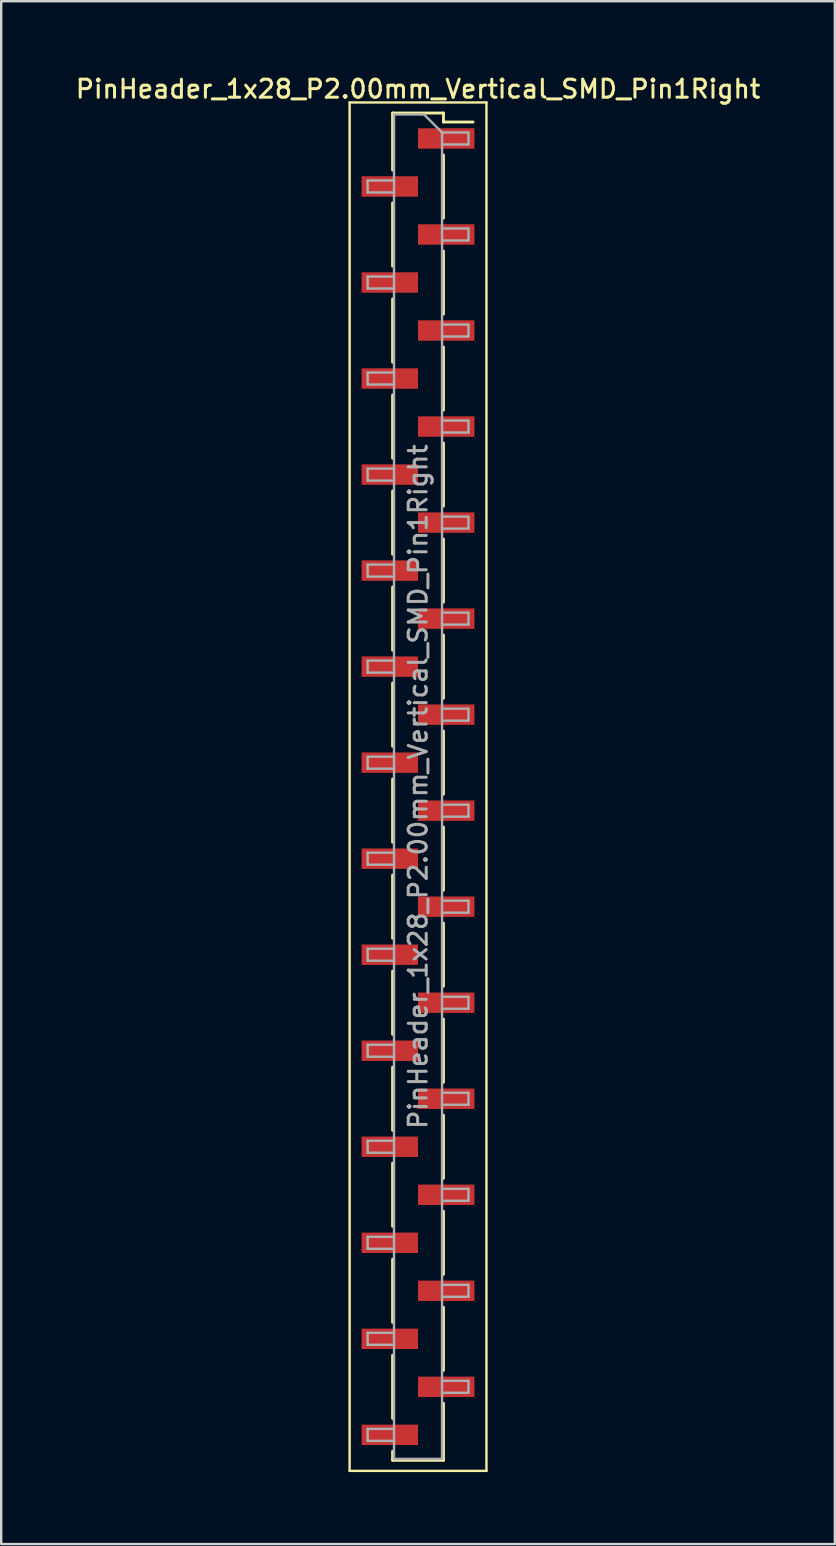
<source format=kicad_pcb>
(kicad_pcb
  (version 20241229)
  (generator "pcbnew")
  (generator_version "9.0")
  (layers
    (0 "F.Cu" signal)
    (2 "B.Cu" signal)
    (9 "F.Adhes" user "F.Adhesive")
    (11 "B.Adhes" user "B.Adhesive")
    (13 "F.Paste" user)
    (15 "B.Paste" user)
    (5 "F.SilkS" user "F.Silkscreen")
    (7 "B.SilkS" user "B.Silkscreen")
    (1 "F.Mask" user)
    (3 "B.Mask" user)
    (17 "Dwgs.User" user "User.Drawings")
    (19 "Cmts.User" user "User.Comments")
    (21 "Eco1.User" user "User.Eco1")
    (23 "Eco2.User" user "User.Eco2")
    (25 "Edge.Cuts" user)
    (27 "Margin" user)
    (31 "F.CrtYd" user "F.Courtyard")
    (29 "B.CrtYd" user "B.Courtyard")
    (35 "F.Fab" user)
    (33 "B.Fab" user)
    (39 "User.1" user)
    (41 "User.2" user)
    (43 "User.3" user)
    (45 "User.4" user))
  (footprint "PinHeader_1x28_P2.00mm_Vertical_SMD_Pin1Right"
    (layer "F.Cu")
    (at 14.363 29.718)
    (property "Reference" "PinHeader_1x28_P2.00mm_Vertical_SMD_Pin1Right" (at 0 -29.06 0) (layer "F.SilkS") (effects (font (size 0.75 0.75) (thickness 0.125))))
    (attr smd)
    (fp_line (start -2.85 -28.5) (end -2.85 28.5) (stroke (width 0.1) (type solid)) (layer "F.SilkS"))
    (fp_line (start -2.85 28.5) (end 2.85 28.5) (stroke (width 0.1) (type solid)) (layer "F.SilkS"))
    (fp_line (start -1.06 -28.06) (end -1.06 -25.685) (stroke (width 0.12) (type solid)) (layer "F.SilkS"))
    (fp_line (start -1.06 -28.06) (end 1.06 -28.06) (stroke (width 0.12) (type solid)) (layer "F.SilkS"))
    (fp_line (start -1.06 -24.315) (end -1.06 -21.685) (stroke (width 0.12) (type solid)) (layer "F.SilkS"))
    (fp_line (start -1.06 -20.315) (end -1.06 -17.685) (stroke (width 0.12) (type solid)) (layer "F.SilkS"))
    (fp_line (start -1.06 -16.315) (end -1.06 -13.685) (stroke (width 0.12) (type solid)) (layer "F.SilkS"))
    (fp_line (start -1.06 -12.315) (end -1.06 -9.685) (stroke (width 0.12) (type solid)) (layer "F.SilkS"))
    (fp_line (start -1.06 -8.315) (end -1.06 -5.685) (stroke (width 0.12) (type solid)) (layer "F.SilkS"))
    (fp_line (start -1.06 -4.315) (end -1.06 -1.685) (stroke (width 0.12) (type solid)) (layer "F.SilkS"))
    (fp_line (start -1.06 -0.315) (end -1.06 2.315) (stroke (width 0.12) (type solid)) (layer "F.SilkS"))
    (fp_line (start -1.06 3.685) (end -1.06 6.315) (stroke (width 0.12) (type solid)) (layer "F.SilkS"))
    (fp_line (start -1.06 7.685) (end -1.06 10.315) (stroke (width 0.12) (type solid)) (layer "F.SilkS"))
    (fp_line (start -1.06 11.685) (end -1.06 14.315) (stroke (width 0.12) (type solid)) (layer "F.SilkS"))
    (fp_line (start -1.06 15.685) (end -1.06 18.315) (stroke (width 0.12) (type solid)) (layer "F.SilkS"))
    (fp_line (start -1.06 19.685) (end -1.06 22.315) (stroke (width 0.12) (type solid)) (layer "F.SilkS"))
    (fp_line (start -1.06 23.685) (end -1.06 26.315) (stroke (width 0.12) (type solid)) (layer "F.SilkS"))
    (fp_line (start -1.06 27.685) (end -1.06 28.06) (stroke (width 0.12) (type solid)) (layer "F.SilkS"))
    (fp_line (start -1.06 28.06) (end 1.06 28.06) (stroke (width 0.12) (type solid)) (layer "F.SilkS"))
    (fp_line (start 1.06 -28.06) (end 1.06 -27.685) (stroke (width 0.12) (type solid)) (layer "F.SilkS"))
    (fp_line (start 1.06 -27.685) (end 2.29 -27.685) (stroke (width 0.12) (type solid)) (layer "F.SilkS"))
    (fp_line (start 1.06 -26.315) (end 1.06 -23.685) (stroke (width 0.12) (type solid)) (layer "F.SilkS"))
    (fp_line (start 1.06 -22.315) (end 1.06 -19.685) (stroke (width 0.12) (type solid)) (layer "F.SilkS"))
    (fp_line (start 1.06 -18.315) (end 1.06 -15.685) (stroke (width 0.12) (type solid)) (layer "F.SilkS"))
    (fp_line (start 1.06 -14.315) (end 1.06 -11.685) (stroke (width 0.12) (type solid)) (layer "F.SilkS"))
    (fp_line (start 1.06 -10.315) (end 1.06 -7.685) (stroke (width 0.12) (type solid)) (layer "F.SilkS"))
    (fp_line (start 1.06 -6.315) (end 1.06 -3.685) (stroke (width 0.12) (type solid)) (layer "F.SilkS"))
    (fp_line (start 1.06 -2.315) (end 1.06 0.315) (stroke (width 0.12) (type solid)) (layer "F.SilkS"))
    (fp_line (start 1.06 1.685) (end 1.06 4.315) (stroke (width 0.12) (type solid)) (layer "F.SilkS"))
    (fp_line (start 1.06 5.685) (end 1.06 8.315) (stroke (width 0.12) (type solid)) (layer "F.SilkS"))
    (fp_line (start 1.06 9.685) (end 1.06 12.315) (stroke (width 0.12) (type solid)) (layer "F.SilkS"))
    (fp_line (start 1.06 13.685) (end 1.06 16.315) (stroke (width 0.12) (type solid)) (layer "F.SilkS"))
    (fp_line (start 1.06 17.685) (end 1.06 20.315) (stroke (width 0.12) (type solid)) (layer "F.SilkS"))
    (fp_line (start 1.06 21.685) (end 1.06 24.315) (stroke (width 0.12) (type solid)) (layer "F.SilkS"))
    (fp_line (start 1.06 25.685) (end 1.06 28.06) (stroke (width 0.12) (type solid)) (layer "F.SilkS"))
    (fp_line (start 2.85 -28.5) (end -2.85 -28.5) (stroke (width 0.1) (type solid)) (layer "F.SilkS"))
    (fp_line (start 2.85 28.5) (end 2.85 -28.5) (stroke (width 0.1) (type solid)) (layer "F.SilkS"))
    (fp_line (start -2.1 -25.25) (end -2.1 -24.75) (stroke (width 0.1) (type solid)) (layer "F.Fab"))
    (fp_line (start -2.1 -24.75) (end -1 -24.75) (stroke (width 0.1) (type solid)) (layer "F.Fab"))
    (fp_line (start -2.1 -21.25) (end -2.1 -20.75) (stroke (width 0.1) (type solid)) (layer "F.Fab"))
    (fp_line (start -2.1 -20.75) (end -1 -20.75) (stroke (width 0.1) (type solid)) (layer "F.Fab"))
    (fp_line (start -2.1 -17.25) (end -2.1 -16.75) (stroke (width 0.1) (type solid)) (layer "F.Fab"))
    (fp_line (start -2.1 -16.75) (end -1 -16.75) (stroke (width 0.1) (type solid)) (layer "F.Fab"))
    (fp_line (start -2.1 -13.25) (end -2.1 -12.75) (stroke (width 0.1) (type solid)) (layer "F.Fab"))
    (fp_line (start -2.1 -12.75) (end -1 -12.75) (stroke (width 0.1) (type solid)) (layer "F.Fab"))
    (fp_line (start -2.1 -9.25) (end -2.1 -8.75) (stroke (width 0.1) (type solid)) (layer "F.Fab"))
    (fp_line (start -2.1 -8.75) (end -1 -8.75) (stroke (width 0.1) (type solid)) (layer "F.Fab"))
    (fp_line (start -2.1 -5.25) (end -2.1 -4.75) (stroke (width 0.1) (type solid)) (layer "F.Fab"))
    (fp_line (start -2.1 -4.75) (end -1 -4.75) (stroke (width 0.1) (type solid)) (layer "F.Fab"))
    (fp_line (start -2.1 -1.25) (end -2.1 -0.75) (stroke (width 0.1) (type solid)) (layer "F.Fab"))
    (fp_line (start -2.1 -0.75) (end -1 -0.75) (stroke (width 0.1) (type solid)) (layer "F.Fab"))
    (fp_line (start -2.1 2.75) (end -2.1 3.25) (stroke (width 0.1) (type solid)) (layer "F.Fab"))
    (fp_line (start -2.1 3.25) (end -1 3.25) (stroke (width 0.1) (type solid)) (layer "F.Fab"))
    (fp_line (start -2.1 6.75) (end -2.1 7.25) (stroke (width 0.1) (type solid)) (layer "F.Fab"))
    (fp_line (start -2.1 7.25) (end -1 7.25) (stroke (width 0.1) (type solid)) (layer "F.Fab"))
    (fp_line (start -2.1 10.75) (end -2.1 11.25) (stroke (width 0.1) (type solid)) (layer "F.Fab"))
    (fp_line (start -2.1 11.25) (end -1 11.25) (stroke (width 0.1) (type solid)) (layer "F.Fab"))
    (fp_line (start -2.1 14.75) (end -2.1 15.25) (stroke (width 0.1) (type solid)) (layer "F.Fab"))
    (fp_line (start -2.1 15.25) (end -1 15.25) (stroke (width 0.1) (type solid)) (layer "F.Fab"))
    (fp_line (start -2.1 18.75) (end -2.1 19.25) (stroke (width 0.1) (type solid)) (layer "F.Fab"))
    (fp_line (start -2.1 19.25) (end -1 19.25) (stroke (width 0.1) (type solid)) (layer "F.Fab"))
    (fp_line (start -2.1 22.75) (end -2.1 23.25) (stroke (width 0.1) (type solid)) (layer "F.Fab"))
    (fp_line (start -2.1 23.25) (end -1 23.25) (stroke (width 0.1) (type solid)) (layer "F.Fab"))
    (fp_line (start -2.1 26.75) (end -2.1 27.25) (stroke (width 0.1) (type solid)) (layer "F.Fab"))
    (fp_line (start -2.1 27.25) (end -1 27.25) (stroke (width 0.1) (type solid)) (layer "F.Fab"))
    (fp_line (start -1 -28) (end -1 28) (stroke (width 0.1) (type solid)) (layer "F.Fab"))
    (fp_line (start -1 -28) (end 0.25 -28) (stroke (width 0.1) (type solid)) (layer "F.Fab"))
    (fp_line (start -1 -25.25) (end -2.1 -25.25) (stroke (width 0.1) (type solid)) (layer "F.Fab"))
    (fp_line (start -1 -21.25) (end -2.1 -21.25) (stroke (width 0.1) (type solid)) (layer "F.Fab"))
    (fp_line (start -1 -17.25) (end -2.1 -17.25) (stroke (width 0.1) (type solid)) (layer "F.Fab"))
    (fp_line (start -1 -13.25) (end -2.1 -13.25) (stroke (width 0.1) (type solid)) (layer "F.Fab"))
    (fp_line (start -1 -9.25) (end -2.1 -9.25) (stroke (width 0.1) (type solid)) (layer "F.Fab"))
    (fp_line (start -1 -5.25) (end -2.1 -5.25) (stroke (width 0.1) (type solid)) (layer "F.Fab"))
    (fp_line (start -1 -1.25) (end -2.1 -1.25) (stroke (width 0.1) (type solid)) (layer "F.Fab"))
    (fp_line (start -1 2.75) (end -2.1 2.75) (stroke (width 0.1) (type solid)) (layer "F.Fab"))
    (fp_line (start -1 6.75) (end -2.1 6.75) (stroke (width 0.1) (type solid)) (layer "F.Fab"))
    (fp_line (start -1 10.75) (end -2.1 10.75) (stroke (width 0.1) (type solid)) (layer "F.Fab"))
    (fp_line (start -1 14.75) (end -2.1 14.75) (stroke (width 0.1) (type solid)) (layer "F.Fab"))
    (fp_line (start -1 18.75) (end -2.1 18.75) (stroke (width 0.1) (type solid)) (layer "F.Fab"))
    (fp_line (start -1 22.75) (end -2.1 22.75) (stroke (width 0.1) (type solid)) (layer "F.Fab"))
    (fp_line (start -1 26.75) (end -2.1 26.75) (stroke (width 0.1) (type solid)) (layer "F.Fab"))
    (fp_line (start 1 -27.25) (end 0.25 -28) (stroke (width 0.1) (type solid)) (layer "F.Fab"))
    (fp_line (start 1 -27.25) (end 2.1 -27.25) (stroke (width 0.1) (type solid)) (layer "F.Fab"))
    (fp_line (start 1 -23.25) (end 2.1 -23.25) (stroke (width 0.1) (type solid)) (layer "F.Fab"))
    (fp_line (start 1 -19.25) (end 2.1 -19.25) (stroke (width 0.1) (type solid)) (layer "F.Fab"))
    (fp_line (start 1 -15.25) (end 2.1 -15.25) (stroke (width 0.1) (type solid)) (layer "F.Fab"))
    (fp_line (start 1 -11.25) (end 2.1 -11.25) (stroke (width 0.1) (type solid)) (layer "F.Fab"))
    (fp_line (start 1 -7.25) (end 2.1 -7.25) (stroke (width 0.1) (type solid)) (layer "F.Fab"))
    (fp_line (start 1 -3.25) (end 2.1 -3.25) (stroke (width 0.1) (type solid)) (layer "F.Fab"))
    (fp_line (start 1 0.75) (end 2.1 0.75) (stroke (width 0.1) (type solid)) (layer "F.Fab"))
    (fp_line (start 1 4.75) (end 2.1 4.75) (stroke (width 0.1) (type solid)) (layer "F.Fab"))
    (fp_line (start 1 8.75) (end 2.1 8.75) (stroke (width 0.1) (type solid)) (layer "F.Fab"))
    (fp_line (start 1 12.75) (end 2.1 12.75) (stroke (width 0.1) (type solid)) (layer "F.Fab"))
    (fp_line (start 1 16.75) (end 2.1 16.75) (stroke (width 0.1) (type solid)) (layer "F.Fab"))
    (fp_line (start 1 20.75) (end 2.1 20.75) (stroke (width 0.1) (type solid)) (layer "F.Fab"))
    (fp_line (start 1 24.75) (end 2.1 24.75) (stroke (width 0.1) (type solid)) (layer "F.Fab"))
    (fp_line (start 1 28) (end -1 28) (stroke (width 0.1) (type solid)) (layer "F.Fab"))
    (fp_line (start 1 28) (end 1 -27.25) (stroke (width 0.1) (type solid)) (layer "F.Fab"))
    (fp_line (start 2.1 -27.25) (end 2.1 -26.75) (stroke (width 0.1) (type solid)) (layer "F.Fab"))
    (fp_line (start 2.1 -26.75) (end 1 -26.75) (stroke (width 0.1) (type solid)) (layer "F.Fab"))
    (fp_line (start 2.1 -23.25) (end 2.1 -22.75) (stroke (width 0.1) (type solid)) (layer "F.Fab"))
    (fp_line (start 2.1 -22.75) (end 1 -22.75) (stroke (width 0.1) (type solid)) (layer "F.Fab"))
    (fp_line (start 2.1 -19.25) (end 2.1 -18.75) (stroke (width 0.1) (type solid)) (layer "F.Fab"))
    (fp_line (start 2.1 -18.75) (end 1 -18.75) (stroke (width 0.1) (type solid)) (layer "F.Fab"))
    (fp_line (start 2.1 -15.25) (end 2.1 -14.75) (stroke (width 0.1) (type solid)) (layer "F.Fab"))
    (fp_line (start 2.1 -14.75) (end 1 -14.75) (stroke (width 0.1) (type solid)) (layer "F.Fab"))
    (fp_line (start 2.1 -11.25) (end 2.1 -10.75) (stroke (width 0.1) (type solid)) (layer "F.Fab"))
    (fp_line (start 2.1 -10.75) (end 1 -10.75) (stroke (width 0.1) (type solid)) (layer "F.Fab"))
    (fp_line (start 2.1 -7.25) (end 2.1 -6.75) (stroke (width 0.1) (type solid)) (layer "F.Fab"))
    (fp_line (start 2.1 -6.75) (end 1 -6.75) (stroke (width 0.1) (type solid)) (layer "F.Fab"))
    (fp_line (start 2.1 -3.25) (end 2.1 -2.75) (stroke (width 0.1) (type solid)) (layer "F.Fab"))
    (fp_line (start 2.1 -2.75) (end 1 -2.75) (stroke (width 0.1) (type solid)) (layer "F.Fab"))
    (fp_line (start 2.1 0.75) (end 2.1 1.25) (stroke (width 0.1) (type solid)) (layer "F.Fab"))
    (fp_line (start 2.1 1.25) (end 1 1.25) (stroke (width 0.1) (type solid)) (layer "F.Fab"))
    (fp_line (start 2.1 4.75) (end 2.1 5.25) (stroke (width 0.1) (type solid)) (layer "F.Fab"))
    (fp_line (start 2.1 5.25) (end 1 5.25) (stroke (width 0.1) (type solid)) (layer "F.Fab"))
    (fp_line (start 2.1 8.75) (end 2.1 9.25) (stroke (width 0.1) (type solid)) (layer "F.Fab"))
    (fp_line (start 2.1 9.25) (end 1 9.25) (stroke (width 0.1) (type solid)) (layer "F.Fab"))
    (fp_line (start 2.1 12.75) (end 2.1 13.25) (stroke (width 0.1) (type solid)) (layer "F.Fab"))
    (fp_line (start 2.1 13.25) (end 1 13.25) (stroke (width 0.1) (type solid)) (layer "F.Fab"))
    (fp_line (start 2.1 16.75) (end 2.1 17.25) (stroke (width 0.1) (type solid)) (layer "F.Fab"))
    (fp_line (start 2.1 17.25) (end 1 17.25) (stroke (width 0.1) (type solid)) (layer "F.Fab"))
    (fp_line (start 2.1 20.75) (end 2.1 21.25) (stroke (width 0.1) (type solid)) (layer "F.Fab"))
    (fp_line (start 2.1 21.25) (end 1 21.25) (stroke (width 0.1) (type solid)) (layer "F.Fab"))
    (fp_line (start 2.1 24.75) (end 2.1 25.25) (stroke (width 0.1) (type solid)) (layer "F.Fab"))
    (fp_line (start 2.1 25.25) (end 1 25.25) (stroke (width 0.1) (type solid)) (layer "F.Fab"))
    (fp_text user "${REFERENCE}" (at 0 0 90) (layer "F.Fab") (effects (font (size 0.75 0.75) (thickness 0.125))))
    (pad "1" smd rect (at 1.175 -27) (size 2.35 0.85) (layers "F.Cu" "F.Mask" "F.Paste"))
    (pad "2" smd rect (at -1.175 -25) (size 2.35 0.85) (layers "F.Cu" "F.Mask" "F.Paste"))
    (pad "3" smd rect (at 1.175 -23) (size 2.35 0.85) (layers "F.Cu" "F.Mask" "F.Paste"))
    (pad "4" smd rect (at -1.175 -21) (size 2.35 0.85) (layers "F.Cu" "F.Mask" "F.Paste"))
    (pad "5" smd rect (at 1.175 -19) (size 2.35 0.85) (layers "F.Cu" "F.Mask" "F.Paste"))
    (pad "6" smd rect (at -1.175 -17) (size 2.35 0.85) (layers "F.Cu" "F.Mask" "F.Paste"))
    (pad "7" smd rect (at 1.175 -15) (size 2.35 0.85) (layers "F.Cu" "F.Mask" "F.Paste"))
    (pad "8" smd rect (at -1.175 -13) (size 2.35 0.85) (layers "F.Cu" "F.Mask" "F.Paste"))
    (pad "9" smd rect (at 1.175 -11) (size 2.35 0.85) (layers "F.Cu" "F.Mask" "F.Paste"))
    (pad "10" smd rect (at -1.175 -9) (size 2.35 0.85) (layers "F.Cu" "F.Mask" "F.Paste"))
    (pad "11" smd rect (at 1.175 -7) (size 2.35 0.85) (layers "F.Cu" "F.Mask" "F.Paste"))
    (pad "12" smd rect (at -1.175 -5) (size 2.35 0.85) (layers "F.Cu" "F.Mask" "F.Paste"))
    (pad "13" smd rect (at 1.175 -3) (size 2.35 0.85) (layers "F.Cu" "F.Mask" "F.Paste"))
    (pad "14" smd rect (at -1.175 -1) (size 2.35 0.85) (layers "F.Cu" "F.Mask" "F.Paste"))
    (pad "15" smd rect (at 1.175 1) (size 2.35 0.85) (layers "F.Cu" "F.Mask" "F.Paste"))
    (pad "16" smd rect (at -1.175 3) (size 2.35 0.85) (layers "F.Cu" "F.Mask" "F.Paste"))
    (pad "17" smd rect (at 1.175 5) (size 2.35 0.85) (layers "F.Cu" "F.Mask" "F.Paste"))
    (pad "18" smd rect (at -1.175 7) (size 2.35 0.85) (layers "F.Cu" "F.Mask" "F.Paste"))
    (pad "19" smd rect (at 1.175 9) (size 2.35 0.85) (layers "F.Cu" "F.Mask" "F.Paste"))
    (pad "20" smd rect (at -1.175 11) (size 2.35 0.85) (layers "F.Cu" "F.Mask" "F.Paste"))
    (pad "21" smd rect (at 1.175 13) (size 2.35 0.85) (layers "F.Cu" "F.Mask" "F.Paste"))
    (pad "22" smd rect (at -1.175 15) (size 2.35 0.85) (layers "F.Cu" "F.Mask" "F.Paste"))
    (pad "23" smd rect (at 1.175 17) (size 2.35 0.85) (layers "F.Cu" "F.Mask" "F.Paste"))
    (pad "24" smd rect (at -1.175 19) (size 2.35 0.85) (layers "F.Cu" "F.Mask" "F.Paste"))
    (pad "25" smd rect (at 1.175 21) (size 2.35 0.85) (layers "F.Cu" "F.Mask" "F.Paste"))
    (pad "26" smd rect (at -1.175 23) (size 2.35 0.85) (layers "F.Cu" "F.Mask" "F.Paste"))
    (pad "27" smd rect (at 1.175 25) (size 2.35 0.85) (layers "F.Cu" "F.Mask" "F.Paste"))
    (pad "28" smd rect (at -1.175 27) (size 2.35 0.85) (layers "F.Cu" "F.Mask" "F.Paste")))
  (gr_rect
    (start -3 -3)
    (end 31.725 61.268)
    (stroke (width 0.1) (type default))
    (fill no)
    (layer "Edge.Cuts")))
</source>
